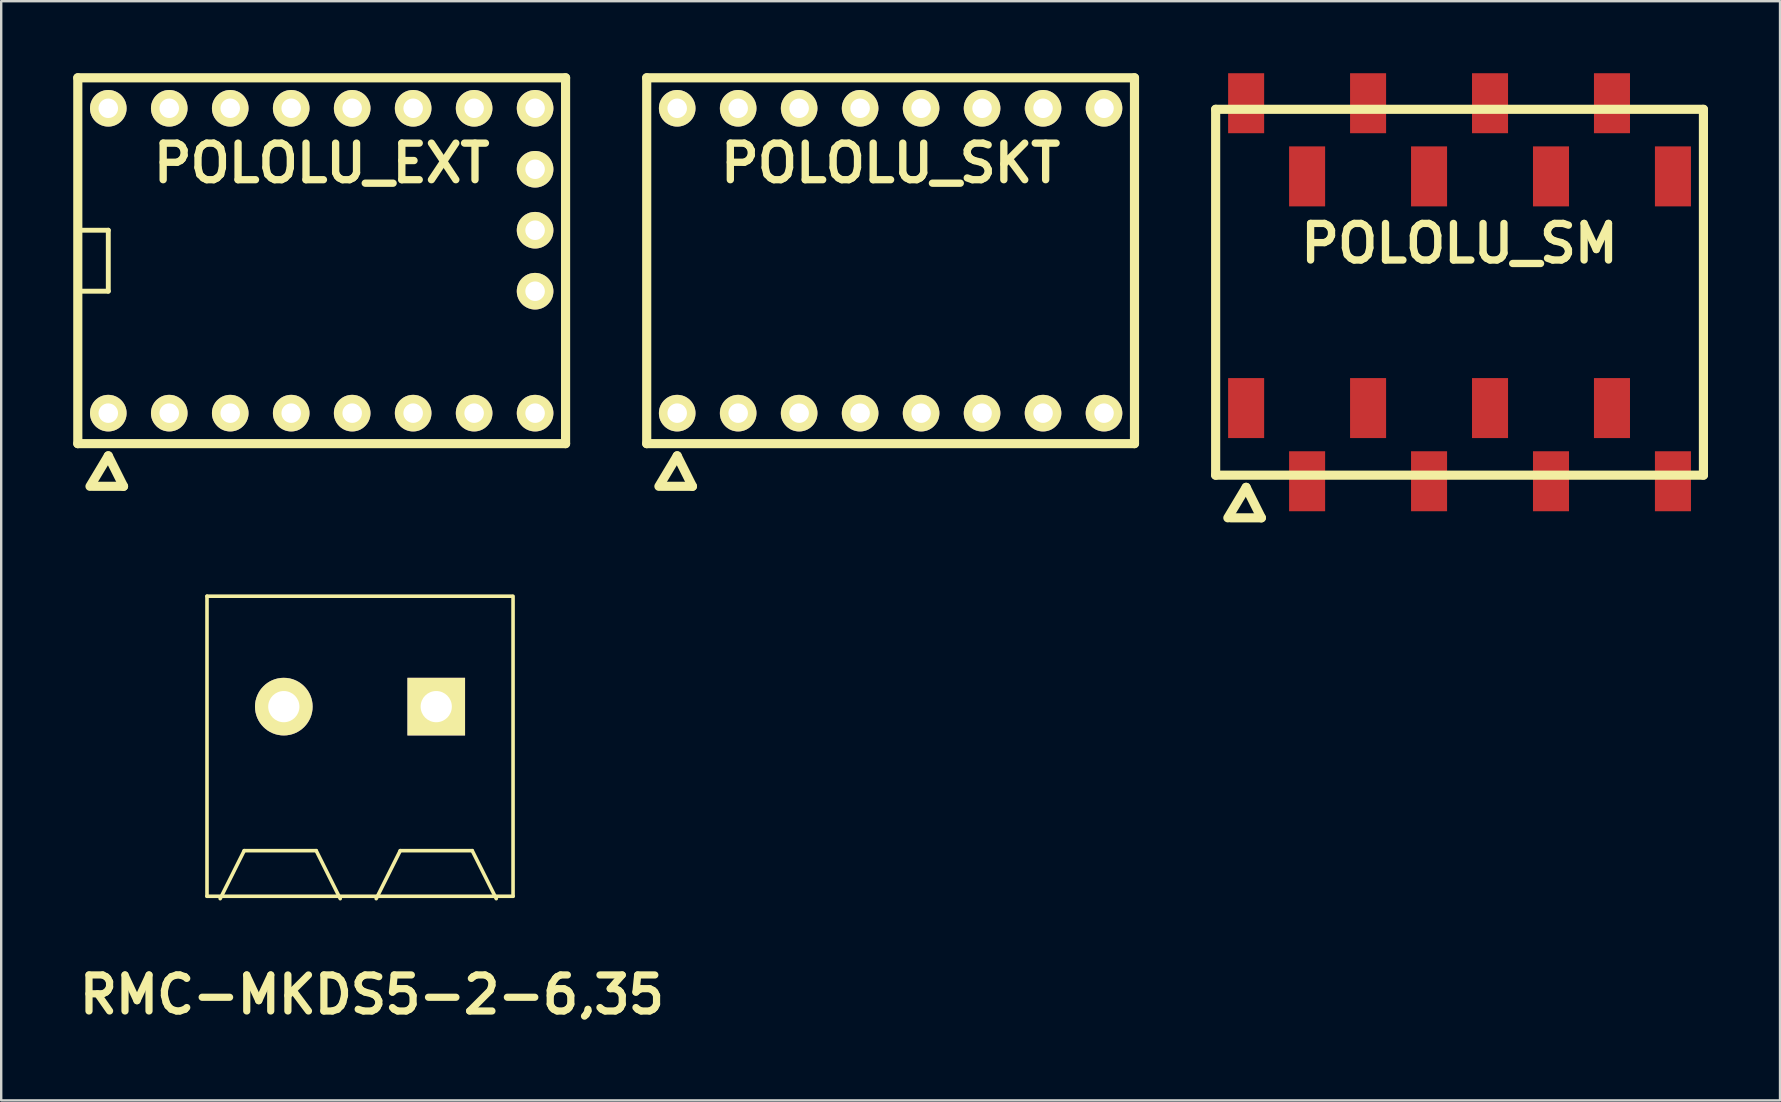
<source format=kicad_pcb>
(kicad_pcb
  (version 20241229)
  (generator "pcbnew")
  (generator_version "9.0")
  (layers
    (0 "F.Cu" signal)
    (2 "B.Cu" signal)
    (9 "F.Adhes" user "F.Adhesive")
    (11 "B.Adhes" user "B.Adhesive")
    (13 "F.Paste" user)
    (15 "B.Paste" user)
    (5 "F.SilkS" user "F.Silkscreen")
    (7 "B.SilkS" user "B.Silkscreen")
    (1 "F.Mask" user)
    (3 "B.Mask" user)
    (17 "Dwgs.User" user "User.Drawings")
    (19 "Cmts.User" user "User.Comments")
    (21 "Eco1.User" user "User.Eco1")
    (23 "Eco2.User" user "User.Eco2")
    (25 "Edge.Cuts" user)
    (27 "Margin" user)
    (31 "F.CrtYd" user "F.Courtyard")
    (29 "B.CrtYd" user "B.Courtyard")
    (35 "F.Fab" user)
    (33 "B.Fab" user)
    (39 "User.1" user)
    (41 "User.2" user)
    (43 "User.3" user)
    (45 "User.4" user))
  (footprint "POLOLU_SKT"
    (layer "F.Cu")
    (at 34.051 14.161)
    (property "Reference" "POLOLU_SKT" (at 0 -10.414 0) (layer "F.SilkS") (effects (font (size 1.524 1.524) (thickness 0.305))))
    (attr through_hole)
    (fp_line (start -10.16 -13.97) (end 10.16 -13.97) (stroke (width 0.381) (type solid)) (layer "F.SilkS"))
    (fp_line (start -10.16 1.27) (end -10.16 -13.97) (stroke (width 0.381) (type solid)) (layer "F.SilkS"))
    (fp_line (start -9.652 3.048) (end -8.89 1.778) (stroke (width 0.381) (type solid)) (layer "F.SilkS"))
    (fp_line (start -8.89 1.778) (end -8.255 3.048) (stroke (width 0.381) (type solid)) (layer "F.SilkS"))
    (fp_line (start -8.255 3.048) (end -9.525 3.048) (stroke (width 0.381) (type solid)) (layer "F.SilkS"))
    (fp_line (start 10.16 -13.97) (end 10.16 1.27) (stroke (width 0.381) (type solid)) (layer "F.SilkS"))
    (fp_line (start 10.16 1.27) (end -10.16 1.27) (stroke (width 0.381) (type solid)) (layer "F.SilkS"))
    (pad "1" thru_hole circle (at -8.89 0) (size 1.524 1.524) (drill 0.813) (layers "*.Cu" "*.Mask" "F.SilkS"))
    (pad "2" thru_hole circle (at -6.35 0) (size 1.524 1.524) (drill 0.813) (layers "*.Cu" "*.Mask" "F.SilkS"))
    (pad "3" thru_hole circle (at -3.81 0) (size 1.524 1.524) (drill 0.813) (layers "*.Cu" "*.Mask" "F.SilkS"))
    (pad "4" thru_hole circle (at -1.27 0) (size 1.524 1.524) (drill 0.813) (layers "*.Cu" "*.Mask" "F.SilkS"))
    (pad "5" thru_hole circle (at 1.27 0) (size 1.524 1.524) (drill 0.813) (layers "*.Cu" "*.Mask" "F.SilkS"))
    (pad "6" thru_hole circle (at 3.81 0) (size 1.524 1.524) (drill 0.813) (layers "*.Cu" "*.Mask" "F.SilkS"))
    (pad "7" thru_hole circle (at 6.35 0) (size 1.524 1.524) (drill 0.813) (layers "*.Cu" "*.Mask" "F.SilkS"))
    (pad "8" thru_hole circle (at 8.89 0) (size 1.524 1.524) (drill 0.813) (layers "*.Cu" "*.Mask" "F.SilkS"))
    (pad "9" thru_hole circle (at 8.89 -12.7) (size 1.524 1.524) (drill 0.813) (layers "*.Cu" "*.Mask" "F.SilkS"))
    (pad "10" thru_hole circle (at 6.35 -12.7) (size 1.524 1.524) (drill 0.813) (layers "*.Cu" "*.Mask" "F.SilkS"))
    (pad "11" thru_hole circle (at 3.81 -12.7) (size 1.524 1.524) (drill 0.813) (layers "*.Cu" "*.Mask" "F.SilkS"))
    (pad "12" thru_hole circle (at 1.27 -12.7) (size 1.524 1.524) (drill 0.813) (layers "*.Cu" "*.Mask" "F.SilkS"))
    (pad "13" thru_hole circle (at -1.27 -12.7) (size 1.524 1.524) (drill 0.813) (layers "*.Cu" "*.Mask" "F.SilkS"))
    (pad "14" thru_hole circle (at -3.81 -12.7) (size 1.524 1.524) (drill 0.813) (layers "*.Cu" "*.Mask" "F.SilkS"))
    (pad "15" thru_hole circle (at -6.35 -12.7) (size 1.524 1.524) (drill 0.813) (layers "*.Cu" "*.Mask" "F.SilkS"))
    (pad "16" thru_hole circle (at -8.89 -12.7) (size 1.524 1.524) (drill 0.813) (layers "*.Cu" "*.Mask" "F.SilkS")))
  (footprint "RMC-MKDS5-2-6,35"
    (layer "F.Cu")
    (at 11.943 26.387)
    (property "Reference" "RMC-MKDS5-2-6,35" (at 0.5 12 0) (layer "F.SilkS") (effects (font (size 1.5 1.5) (thickness 0.3))))
    (attr through_hole)
    (fp_line (start -6.37 -4.6) (end 6.33 -4.6) (stroke (width 0.15) (type solid)) (layer "F.SilkS"))
    (fp_line (start -6.37 7.9) (end -6.37 -4.6) (stroke (width 0.15) (type solid)) (layer "F.SilkS"))
    (fp_line (start -5.82 8) (end -4.82 6) (stroke (width 0.15) (type solid)) (layer "F.SilkS"))
    (fp_line (start -4.82 6) (end -1.82 6) (stroke (width 0.15) (type solid)) (layer "F.SilkS"))
    (fp_line (start -1.82 6) (end -0.82 8) (stroke (width 0.15) (type solid)) (layer "F.SilkS"))
    (fp_line (start 1.68 6) (end 0.68 8) (stroke (width 0.15) (type solid)) (layer "F.SilkS"))
    (fp_line (start 4.68 6) (end 1.68 6) (stroke (width 0.15) (type solid)) (layer "F.SilkS"))
    (fp_line (start 5.68 8) (end 4.68 6) (stroke (width 0.15) (type solid)) (layer "F.SilkS"))
    (fp_line (start 6.38 -4.6) (end 6.38 7.9) (stroke (width 0.15) (type solid)) (layer "F.SilkS"))
    (fp_line (start 6.38 7.9) (end -6.37 7.9) (stroke (width 0.15) (type solid)) (layer "F.SilkS"))
    (pad "1" thru_hole rect (at 3.18 0) (size 2.4 2.4) (drill 1.3) (layers "*.Cu" "*.Mask" "F.SilkS"))
    (pad "2" thru_hole circle (at -3.17 0) (size 2.4 2.4) (drill 1.3) (layers "*.Cu" "*.Mask" "F.SilkS")))
  (footprint "POLOLU_EXT"
    (layer "F.Cu")
    (at 10.351 14.161)
    (property "Reference" "POLOLU_EXT" (at 0 -10.414 0) (layer "F.SilkS") (effects (font (size 1.524 1.524) (thickness 0.305))))
    (attr through_hole)
    (fp_line (start -10.16 -13.97) (end 10.16 -13.97) (stroke (width 0.381) (type solid)) (layer "F.SilkS"))
    (fp_line (start -10.16 -7.62) (end -8.89 -7.62) (stroke (width 0.203) (type solid)) (layer "F.SilkS"))
    (fp_line (start -10.16 1.27) (end -10.16 -13.97) (stroke (width 0.381) (type solid)) (layer "F.SilkS"))
    (fp_line (start -9.652 3.048) (end -8.89 1.778) (stroke (width 0.381) (type solid)) (layer "F.SilkS"))
    (fp_line (start -8.89 -7.62) (end -8.89 -5.08) (stroke (width 0.203) (type solid)) (layer "F.SilkS"))
    (fp_line (start -8.89 -5.08) (end -10.16 -5.08) (stroke (width 0.203) (type solid)) (layer "F.SilkS"))
    (fp_line (start -8.89 1.778) (end -8.255 3.048) (stroke (width 0.381) (type solid)) (layer "F.SilkS"))
    (fp_line (start -8.255 3.048) (end -9.525 3.048) (stroke (width 0.381) (type solid)) (layer "F.SilkS"))
    (fp_line (start 10.16 -13.97) (end 10.16 1.27) (stroke (width 0.381) (type solid)) (layer "F.SilkS"))
    (fp_line (start 10.16 1.27) (end -10.16 1.27) (stroke (width 0.381) (type solid)) (layer "F.SilkS"))
    (pad "1" thru_hole circle (at -8.89 0) (size 1.524 1.524) (drill 0.813) (layers "*.Cu" "*.Mask" "F.SilkS"))
    (pad "2" thru_hole circle (at -6.35 0) (size 1.524 1.524) (drill 0.813) (layers "*.Cu" "*.Mask" "F.SilkS"))
    (pad "3" thru_hole circle (at -3.81 0) (size 1.524 1.524) (drill 0.813) (layers "*.Cu" "*.Mask" "F.SilkS"))
    (pad "4" thru_hole circle (at -1.27 0) (size 1.524 1.524) (drill 0.813) (layers "*.Cu" "*.Mask" "F.SilkS"))
    (pad "5" thru_hole circle (at 1.27 0) (size 1.524 1.524) (drill 0.813) (layers "*.Cu" "*.Mask" "F.SilkS"))
    (pad "6" thru_hole circle (at 3.81 0) (size 1.524 1.524) (drill 0.813) (layers "*.Cu" "*.Mask" "F.SilkS"))
    (pad "7" thru_hole circle (at 6.35 0) (size 1.524 1.524) (drill 0.813) (layers "*.Cu" "*.Mask" "F.SilkS"))
    (pad "8" thru_hole circle (at 8.89 0) (size 1.524 1.524) (drill 0.813) (layers "*.Cu" "*.Mask" "F.SilkS"))
    (pad "9" thru_hole circle (at 8.89 -12.7) (size 1.524 1.524) (drill 0.813) (layers "*.Cu" "*.Mask" "F.SilkS"))
    (pad "10" thru_hole circle (at 6.35 -12.7) (size 1.524 1.524) (drill 0.813) (layers "*.Cu" "*.Mask" "F.SilkS"))
    (pad "11" thru_hole circle (at 3.81 -12.7) (size 1.524 1.524) (drill 0.813) (layers "*.Cu" "*.Mask" "F.SilkS"))
    (pad "12" thru_hole circle (at 1.27 -12.7) (size 1.524 1.524) (drill 0.813) (layers "*.Cu" "*.Mask" "F.SilkS"))
    (pad "13" thru_hole circle (at -1.27 -12.7) (size 1.524 1.524) (drill 0.813) (layers "*.Cu" "*.Mask" "F.SilkS"))
    (pad "14" thru_hole circle (at -3.81 -12.7) (size 1.524 1.524) (drill 0.813) (layers "*.Cu" "*.Mask" "F.SilkS"))
    (pad "15" thru_hole circle (at -6.35 -12.7) (size 1.524 1.524) (drill 0.813) (layers "*.Cu" "*.Mask" "F.SilkS"))
    (pad "16" thru_hole circle (at -8.89 -12.7) (size 1.524 1.524) (drill 0.813) (layers "*.Cu" "*.Mask" "F.SilkS"))
    (pad "17" thru_hole circle (at 8.89 -10.16) (size 1.524 1.524) (drill 0.813) (layers "*.Cu" "*.Mask" "F.SilkS"))
    (pad "18" thru_hole circle (at 8.89 -7.62) (size 1.524 1.524) (drill 0.813) (layers "*.Cu" "*.Mask" "F.SilkS"))
    (pad "19" thru_hole circle (at 8.89 -5.08) (size 1.524 1.524) (drill 0.813) (layers "*.Cu" "*.Mask" "F.SilkS")))
  (footprint "POLOLU_SM"
    (layer "F.Cu")
    (at 57.752 15.474)
    (property "Reference" "POLOLU_SM" (at 0 -8.382 0) (layer "F.SilkS") (effects (font (size 1.524 1.524) (thickness 0.305))))
    (attr through_hole)
    (fp_line (start -10.16 -13.97) (end 10.16 -13.97) (stroke (width 0.381) (type solid)) (layer "F.SilkS"))
    (fp_line (start -10.16 1.27) (end -10.16 -13.97) (stroke (width 0.381) (type solid)) (layer "F.SilkS"))
    (fp_line (start -9.652 3.048) (end -8.89 1.778) (stroke (width 0.381) (type solid)) (layer "F.SilkS"))
    (fp_line (start -8.89 1.778) (end -8.255 3.048) (stroke (width 0.381) (type solid)) (layer "F.SilkS"))
    (fp_line (start -8.255 3.048) (end -9.525 3.048) (stroke (width 0.381) (type solid)) (layer "F.SilkS"))
    (fp_line (start 10.16 -13.97) (end 10.16 1.27) (stroke (width 0.381) (type solid)) (layer "F.SilkS"))
    (fp_line (start 10.16 1.27) (end -10.16 1.27) (stroke (width 0.381) (type solid)) (layer "F.SilkS"))
    (pad "1" smd rect (at -8.89 -1.524) (size 1.501 2.499) (layers "F.Cu" "F.Mask" "F.Paste"))
    (pad "2" smd rect (at -6.35 1.524) (size 1.501 2.499) (layers "F.Cu" "F.Mask" "F.Paste"))
    (pad "3" smd rect (at -3.81 -1.524) (size 1.501 2.499) (layers "F.Cu" "F.Mask" "F.Paste"))
    (pad "4" smd rect (at -1.27 1.524) (size 1.501 2.499) (layers "F.Cu" "F.Mask" "F.Paste"))
    (pad "5" smd rect (at 1.27 -1.524) (size 1.501 2.499) (layers "F.Cu" "F.Mask" "F.Paste"))
    (pad "6" smd rect (at 3.81 1.524) (size 1.501 2.499) (layers "F.Cu" "F.Mask" "F.Paste"))
    (pad "7" smd rect (at 6.35 -1.524) (size 1.501 2.499) (layers "F.Cu" "F.Mask" "F.Paste"))
    (pad "8" smd rect (at 8.89 1.524) (size 1.501 2.499) (layers "F.Cu" "F.Mask" "F.Paste"))
    (pad "9" smd rect (at 8.89 -11.176) (size 1.501 2.499) (layers "F.Cu" "F.Mask" "F.Paste"))
    (pad "10" smd rect (at 6.35 -14.224) (size 1.501 2.499) (layers "F.Cu" "F.Mask" "F.Paste"))
    (pad "11" smd rect (at 3.81 -11.176) (size 1.501 2.499) (layers "F.Cu" "F.Mask" "F.Paste"))
    (pad "12" smd rect (at 1.27 -14.224) (size 1.501 2.499) (layers "F.Cu" "F.Mask" "F.Paste"))
    (pad "13" smd rect (at -1.27 -11.176) (size 1.501 2.499) (layers "F.Cu" "F.Mask" "F.Paste"))
    (pad "14" smd rect (at -3.81 -14.224) (size 1.501 2.499) (layers "F.Cu" "F.Mask" "F.Paste"))
    (pad "15" smd rect (at -6.35 -11.176) (size 1.501 2.499) (layers "F.Cu" "F.Mask" "F.Paste"))
    (pad "16" smd rect (at -8.89 -14.224) (size 1.501 2.499) (layers "F.Cu" "F.Mask" "F.Paste")))
  (gr_rect
    (start -3 -3)
    (end 71.103 42.791)
    (stroke (width 0.1) (type default))
    (fill no)
    (layer "Edge.Cuts")))
</source>
